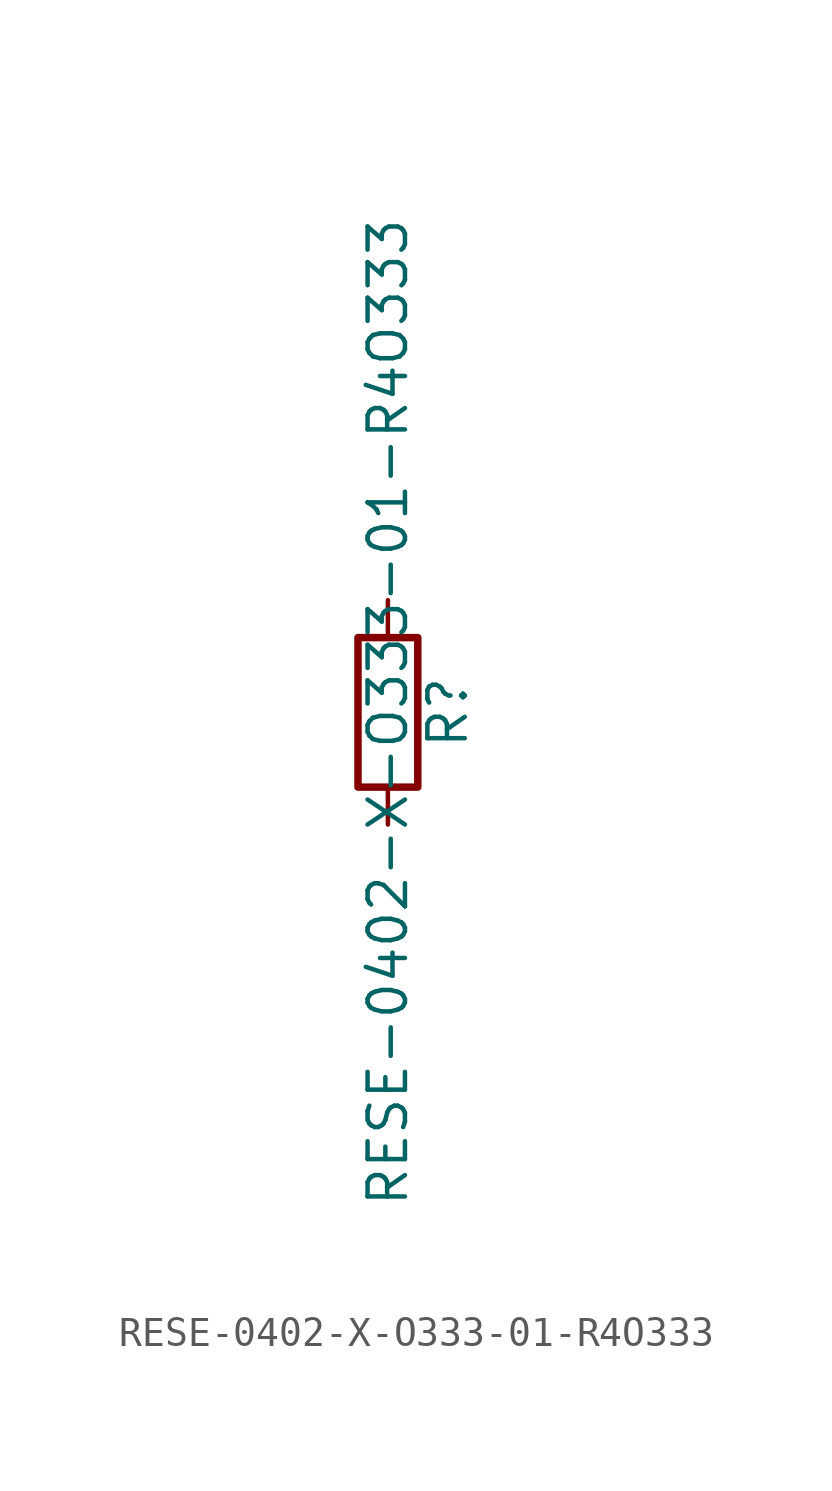
<source format=kicad_sym>
(kicad_symbol_lib
  (version 20211014)
  (generator kicad_symbol_editor)
  (symbol "RESE-0402-X-O333-01-R4O333"
    (pin_numbers hide)
    (pin_names
      (offset 0))
    (property "Reference" "R"
      (at 2.032 0 90)
      (effects (font (size 1.27 1.27))))
    (property "Value" "RESE-0402-X-O333-01-R4O333"
      (at 0 0 90)
      (effects (font (size 1.27 1.27))))
    (symbol "RESE-0402-X-O333-01-R4O333_0_1"
      (rectangle (start -1.016 -2.54) (end 1.016 2.54) (stroke (width 0.254) (type default) (color 0 0 0 0)) (fill (type none))))
    (symbol "RESE-0402-X-O333-01-R4O333_1_1"
      (pin passive line (at 0 3.81 270) (length 1.27) (name "~" (effects (font (size 1.27 1.27)))) (number "1" (effects (font (size 1.27 1.27)))))
      (pin passive line (at 0 -3.81 90) (length 1.27) (name "~" (effects (font (size 1.27 1.27)))) (number "2" (effects (font (size 1.27 1.27))))))))
</source>
